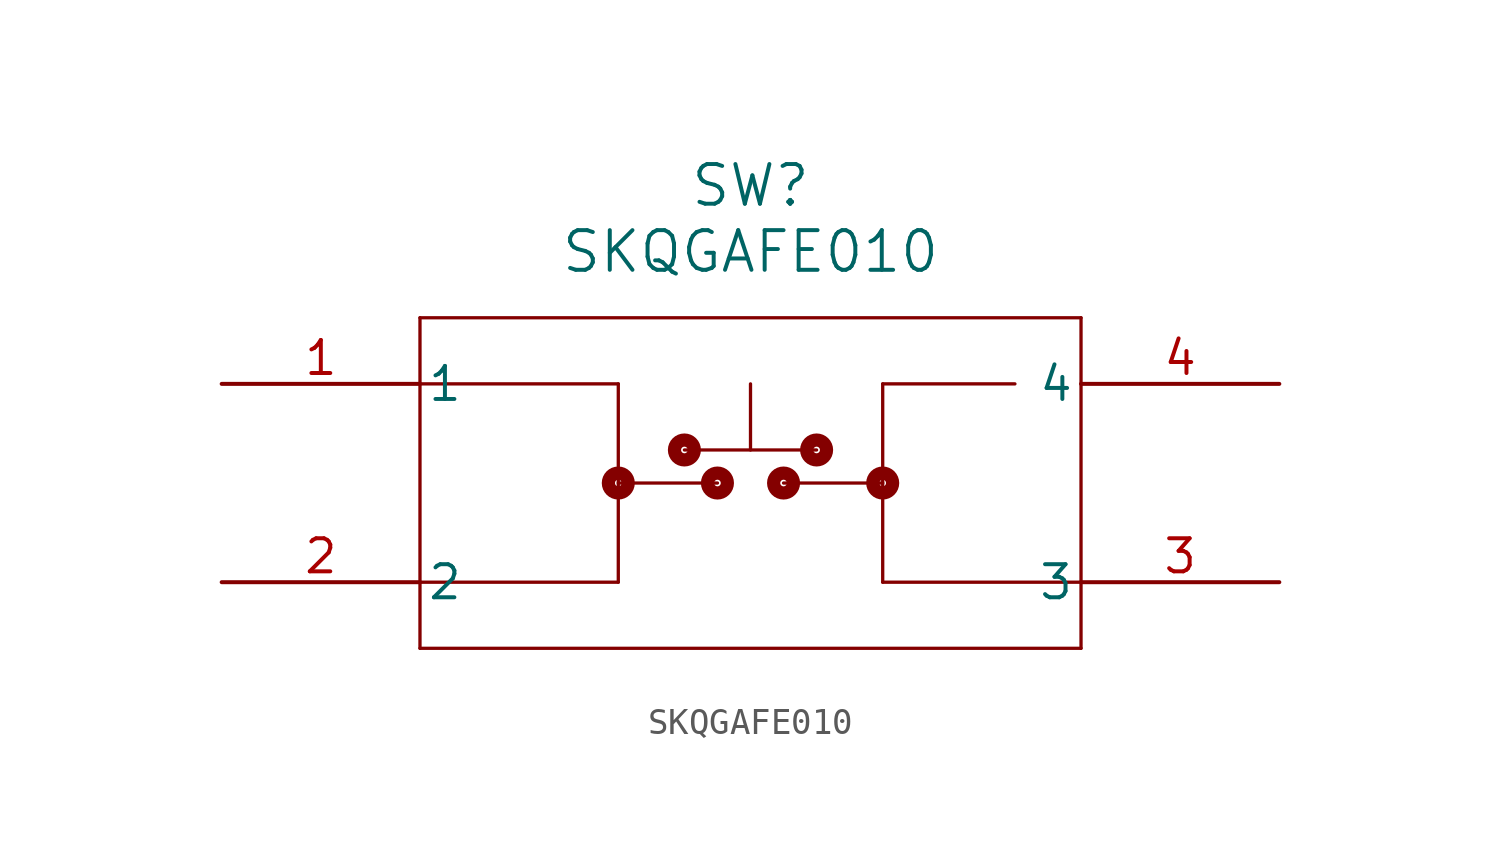
<source format=kicad_sym>
(kicad_symbol_lib
  (version 20241209)
  (generator "kicad_symbol_editor")
  (generator_version "9.0")
  (symbol "SKQGAFE010"
    (pin_names
      (offset 0.254))
    (property "Reference" "SW"
      (at 20.32 7.62 0)
      (effects (font (size 1.524 1.524))))
    (property "Value" "SKQGAFE010"
      (at 20.32 5.08 0)
      (effects (font (size 1.524 1.524))))
    (property "ki_locked" ""
      (at 0 0 0)
      (effects (font (size 1.27 1.27))))
    (symbol "SKQGAFE010_0_1"
      (polyline (pts (xy 7.62 2.54) (xy 7.62 -10.16)) (stroke (width 0.127) (type default)) (fill (type none)))
      (polyline (pts (xy 7.62 0) (xy 15.24 0)) (stroke (width 0.127) (type default)) (fill (type none)))
      (polyline (pts (xy 7.62 -7.62) (xy 15.24 -7.62)) (stroke (width 0.127) (type default)) (fill (type none)))
      (polyline (pts (xy 7.62 -10.16) (xy 33.02 -10.16)) (stroke (width 0.127) (type default)) (fill (type none)))
      (polyline (pts (xy 15.24 0) (xy 15.24 -7.62)) (stroke (width 0.127) (type default)) (fill (type none)))
      (polyline (pts (xy 15.24 -3.81) (xy 19.05 -3.81)) (stroke (width 0.127) (type default)) (fill (type none)))
      (circle (center 15.24 -3.81) (radius 0.127) (stroke (width 0.508) (type default)) (fill (type none)))
      (polyline (pts (xy 17.78 -2.54) (xy 22.86 -2.54)) (stroke (width 0.127) (type default)) (fill (type none)))
      (circle (center 17.78 -2.54) (radius 0.127) (stroke (width 0.508) (type default)) (fill (type none)))
      (circle (center 19.05 -3.81) (radius 0.127) (stroke (width 0.508) (type default)) (fill (type none)))
      (polyline (pts (xy 20.32 -2.54) (xy 20.32 0)) (stroke (width 0.127) (type default)) (fill (type none)))
      (polyline (pts (xy 21.59 -3.81) (xy 25.4 -3.81)) (stroke (width 0.127) (type default)) (fill (type none)))
      (circle (center 21.59 -3.81) (radius 0.127) (stroke (width 0.508) (type default)) (fill (type none)))
      (circle (center 22.86 -2.54) (radius 0.127) (stroke (width 0.508) (type default)) (fill (type none)))
      (polyline (pts (xy 25.4 0) (xy 25.4 -7.62)) (stroke (width 0.127) (type default)) (fill (type none)))
      (polyline (pts (xy 25.4 0) (xy 30.48 0)) (stroke (width 0.127) (type default)) (fill (type none)))
      (circle (center 25.4 -3.81) (radius 0.127) (stroke (width 0.508) (type default)) (fill (type none)))
      (polyline (pts (xy 33.02 2.54) (xy 7.62 2.54)) (stroke (width 0.127) (type default)) (fill (type none)))
      (polyline (pts (xy 33.02 -7.62) (xy 25.4 -7.62)) (stroke (width 0.127) (type default)) (fill (type none)))
      (polyline (pts (xy 33.02 -10.16) (xy 33.02 2.54)) (stroke (width 0.127) (type default)) (fill (type none))))
    (symbol "SKQGAFE010_1_1"
      (pin passive line (at 0 0 0) (length 7.62) (name "1" (effects (font (size 1.27 1.27)))) (number "1" (effects (font (size 1.27 1.27)))))
      (pin passive line (at 0 -7.62 0) (length 7.62) (name "2" (effects (font (size 1.27 1.27)))) (number "2" (effects (font (size 1.27 1.27)))))
      (pin passive line (at 40.64 0 180) (length 7.62) (name "4" (effects (font (size 1.27 1.27)))) (number "4" (effects (font (size 1.27 1.27)))))
      (pin passive line (at 40.64 -7.62 180) (length 7.62) (name "3" (effects (font (size 1.27 1.27)))) (number "3" (effects (font (size 1.27 1.27))))))))
</source>
